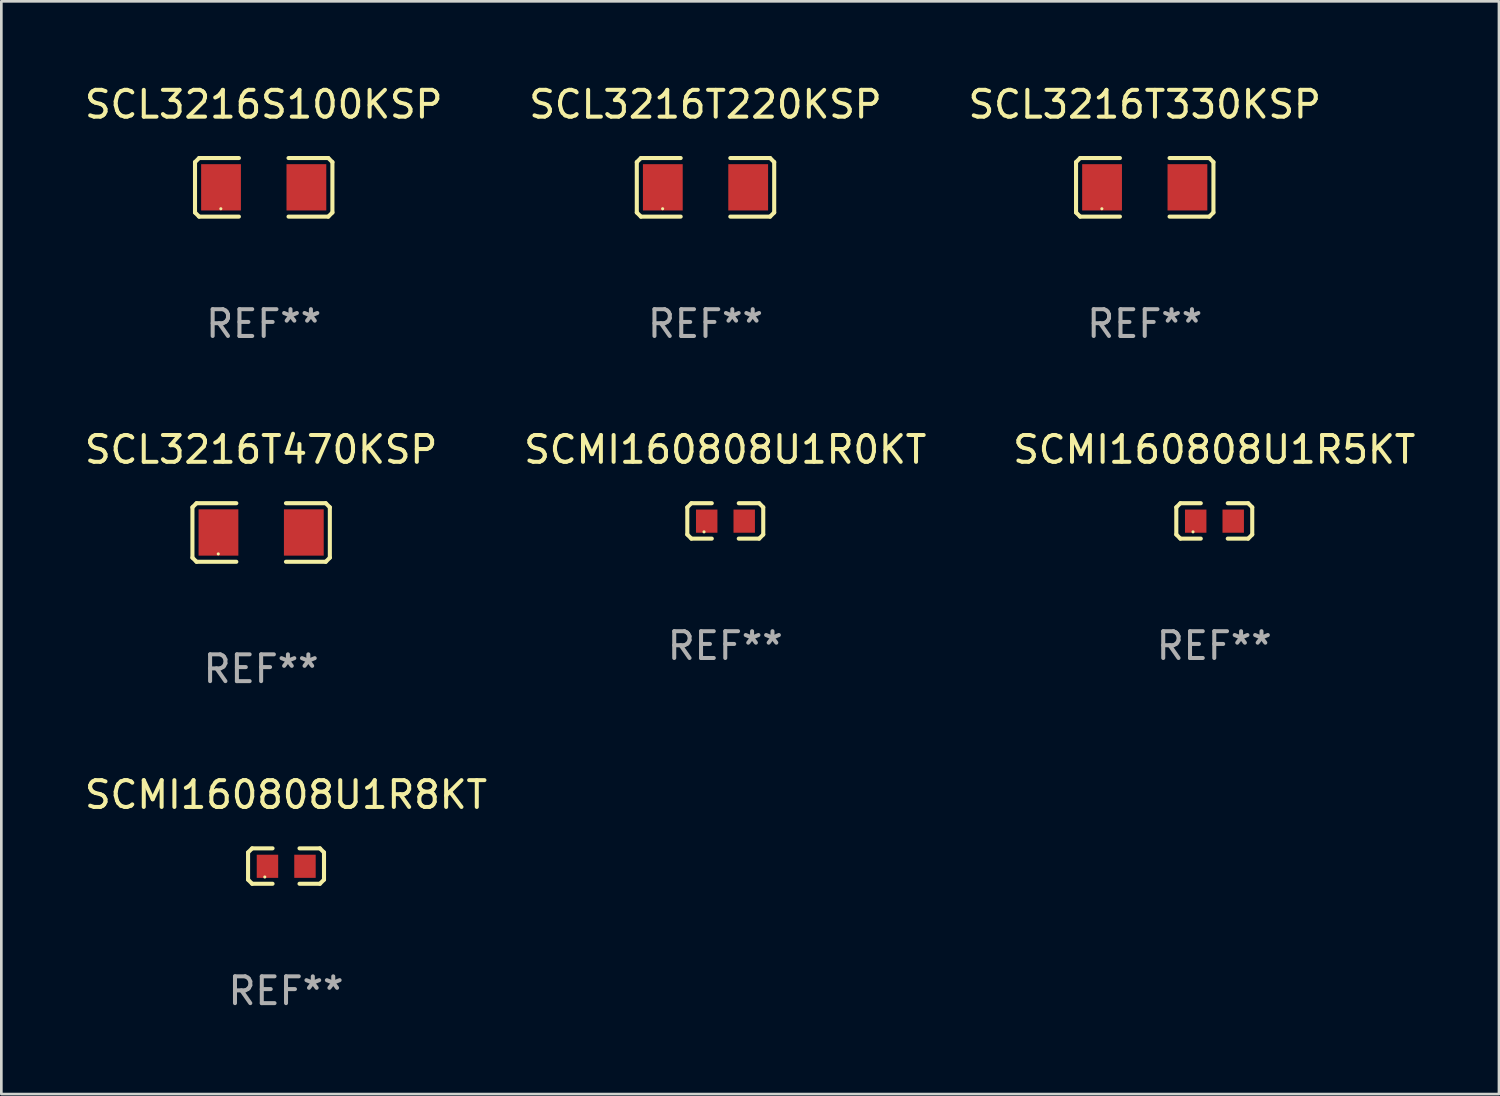
<source format=kicad_pcb>
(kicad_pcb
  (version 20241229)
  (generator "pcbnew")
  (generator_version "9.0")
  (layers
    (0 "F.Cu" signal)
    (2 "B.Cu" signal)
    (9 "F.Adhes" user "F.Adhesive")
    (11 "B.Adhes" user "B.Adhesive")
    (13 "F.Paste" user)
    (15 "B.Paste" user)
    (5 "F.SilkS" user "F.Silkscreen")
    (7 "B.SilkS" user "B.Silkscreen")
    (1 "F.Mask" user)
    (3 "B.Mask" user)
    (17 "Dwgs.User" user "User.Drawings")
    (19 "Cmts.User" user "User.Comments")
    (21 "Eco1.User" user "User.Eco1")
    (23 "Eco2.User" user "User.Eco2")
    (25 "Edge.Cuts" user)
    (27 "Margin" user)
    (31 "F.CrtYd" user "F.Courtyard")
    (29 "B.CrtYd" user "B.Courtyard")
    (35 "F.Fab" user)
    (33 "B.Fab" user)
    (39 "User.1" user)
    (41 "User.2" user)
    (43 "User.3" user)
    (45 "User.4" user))
  (footprint "SCL3216T470KSP"
    (layer "F.Cu")
    (at 6.696 16.823)
    (property "Reference" "SCL3216T470KSP" (at 0 -3.093 0) (layer "F.SilkS") (effects (font (size 1 1) (thickness 0.15))))
    (attr through_hole)
    (fp_line (start -2.564 -0.94) (end -2.411 -1.093) (stroke (width 0.152) (type solid)) (layer "F.SilkS"))
    (fp_line (start -2.564 0.94) (end -2.564 -0.94) (stroke (width 0.152) (type solid)) (layer "F.SilkS"))
    (fp_line (start -2.411 -1.093) (end -0.926 -1.093) (stroke (width 0.152) (type solid)) (layer "F.SilkS"))
    (fp_line (start -2.411 1.093) (end -2.564 0.94) (stroke (width 0.152) (type solid)) (layer "F.SilkS"))
    (fp_line (start -0.926 1.093) (end -2.411 1.093) (stroke (width 0.152) (type solid)) (layer "F.SilkS"))
    (fp_line (start 0.926 1.093) (end 2.411 1.093) (stroke (width 0.152) (type solid)) (layer "F.SilkS"))
    (fp_line (start 2.411 -1.093) (end 0.926 -1.093) (stroke (width 0.152) (type solid)) (layer "F.SilkS"))
    (fp_line (start 2.411 1.093) (end 2.564 0.94) (stroke (width 0.152) (type solid)) (layer "F.SilkS"))
    (fp_line (start 2.564 -0.94) (end 2.411 -1.093) (stroke (width 0.152) (type solid)) (layer "F.SilkS"))
    (fp_line (start 2.564 0.94) (end 2.564 -0.94) (stroke (width 0.152) (type solid)) (layer "F.SilkS"))
    (fp_circle (center -1.6 0.8) (end -1.57 0.8) (stroke (width 0.06) (type solid)) (fill no) (layer "F.SilkS"))
    (fp_text user "REF**" (at 0 5.093 0) (layer "F.Fab") (effects (font (size 1 1) (thickness 0.15))))
    (pad "1" smd rect (at -1.593 0) (size 1.485 1.728) (layers "F.Cu" "F.Mask" "F.Paste"))
    (pad "2" smd rect (at 1.593 0) (size 1.485 1.728) (layers "F.Cu" "F.Mask" "F.Paste")))
  (footprint "SCL3216T330KSP"
    (layer "F.Cu")
    (at 39.673 3.941)
    (property "Reference" "SCL3216T330KSP" (at 0 -3.093 0) (layer "F.SilkS") (effects (font (size 1 1) (thickness 0.15))))
    (attr through_hole)
    (fp_line (start -2.564 -0.94) (end -2.411 -1.093) (stroke (width 0.152) (type solid)) (layer "F.SilkS"))
    (fp_line (start -2.564 0.94) (end -2.564 -0.94) (stroke (width 0.152) (type solid)) (layer "F.SilkS"))
    (fp_line (start -2.411 -1.093) (end -0.926 -1.093) (stroke (width 0.152) (type solid)) (layer "F.SilkS"))
    (fp_line (start -2.411 1.093) (end -2.564 0.94) (stroke (width 0.152) (type solid)) (layer "F.SilkS"))
    (fp_line (start -0.926 1.093) (end -2.411 1.093) (stroke (width 0.152) (type solid)) (layer "F.SilkS"))
    (fp_line (start 0.926 1.093) (end 2.411 1.093) (stroke (width 0.152) (type solid)) (layer "F.SilkS"))
    (fp_line (start 2.411 -1.093) (end 0.926 -1.093) (stroke (width 0.152) (type solid)) (layer "F.SilkS"))
    (fp_line (start 2.411 1.093) (end 2.564 0.94) (stroke (width 0.152) (type solid)) (layer "F.SilkS"))
    (fp_line (start 2.564 -0.94) (end 2.411 -1.093) (stroke (width 0.152) (type solid)) (layer "F.SilkS"))
    (fp_line (start 2.564 0.94) (end 2.564 -0.94) (stroke (width 0.152) (type solid)) (layer "F.SilkS"))
    (fp_circle (center -1.6 0.8) (end -1.57 0.8) (stroke (width 0.06) (type solid)) (fill no) (layer "F.SilkS"))
    (fp_text user "REF**" (at 0 5.093 0) (layer "F.Fab") (effects (font (size 1 1) (thickness 0.15))))
    (pad "1" smd rect (at -1.593 0) (size 1.485 1.728) (layers "F.Cu" "F.Mask" "F.Paste"))
    (pad "2" smd rect (at 1.593 0) (size 1.485 1.728) (layers "F.Cu" "F.Mask" "F.Paste")))
  (footprint "SCMI160808U1R0KT"
    (layer "F.Cu")
    (at 24.018 16.391)
    (property "Reference" "SCMI160808U1R0KT" (at 0 -2.661 0) (layer "F.SilkS") (effects (font (size 1 1) (thickness 0.15))))
    (attr through_hole)
    (fp_line (start -1.417 -0.508) (end -1.265 -0.661) (stroke (width 0.152) (type solid)) (layer "F.SilkS"))
    (fp_line (start -1.417 0.508) (end -1.417 -0.508) (stroke (width 0.152) (type solid)) (layer "F.SilkS"))
    (fp_line (start -1.265 -0.661) (end -0.503 -0.661) (stroke (width 0.152) (type solid)) (layer "F.SilkS"))
    (fp_line (start -1.265 0.661) (end -1.417 0.508) (stroke (width 0.152) (type solid)) (layer "F.SilkS"))
    (fp_line (start -1.265 0.661) (end -0.503 0.661) (stroke (width 0.152) (type solid)) (layer "F.SilkS"))
    (fp_line (start 1.265 -0.661) (end 0.503 -0.661) (stroke (width 0.152) (type solid)) (layer "F.SilkS"))
    (fp_line (start 1.265 -0.661) (end 1.417 -0.508) (stroke (width 0.152) (type solid)) (layer "F.SilkS"))
    (fp_line (start 1.265 0.661) (end 0.503 0.661) (stroke (width 0.152) (type solid)) (layer "F.SilkS"))
    (fp_line (start 1.417 -0.508) (end 1.417 0.508) (stroke (width 0.152) (type solid)) (layer "F.SilkS"))
    (fp_line (start 1.417 0.508) (end 1.265 0.661) (stroke (width 0.152) (type solid)) (layer "F.SilkS"))
    (fp_circle (center -0.793 0.409) (end -0.763 0.409) (stroke (width 0.06) (type solid)) (fill no) (layer "F.SilkS"))
    (fp_text user "REF**" (at 0 4.661 0) (layer "F.Fab") (effects (font (size 1 1) (thickness 0.15))))
    (pad "1" smd rect (at -0.693 0.009 180) (size 0.8 0.864) (layers "F.Cu" "F.Mask" "F.Paste"))
    (pad "2" smd rect (at 0.707 0.009 180) (size 0.8 0.864) (layers "F.Cu" "F.Mask" "F.Paste")))
  (footprint "SCL3216S100KSP"
    (layer "F.Cu")
    (at 6.792 3.941)
    (property "Reference" "SCL3216S100KSP" (at 0 -3.093 0) (layer "F.SilkS") (effects (font (size 1 1) (thickness 0.15))))
    (attr through_hole)
    (fp_line (start -2.564 -0.94) (end -2.411 -1.093) (stroke (width 0.152) (type solid)) (layer "F.SilkS"))
    (fp_line (start -2.564 0.94) (end -2.564 -0.94) (stroke (width 0.152) (type solid)) (layer "F.SilkS"))
    (fp_line (start -2.411 -1.093) (end -0.926 -1.093) (stroke (width 0.152) (type solid)) (layer "F.SilkS"))
    (fp_line (start -2.411 1.093) (end -2.564 0.94) (stroke (width 0.152) (type solid)) (layer "F.SilkS"))
    (fp_line (start -0.926 1.093) (end -2.411 1.093) (stroke (width 0.152) (type solid)) (layer "F.SilkS"))
    (fp_line (start 0.926 1.093) (end 2.411 1.093) (stroke (width 0.152) (type solid)) (layer "F.SilkS"))
    (fp_line (start 2.411 -1.093) (end 0.926 -1.093) (stroke (width 0.152) (type solid)) (layer "F.SilkS"))
    (fp_line (start 2.411 1.093) (end 2.564 0.94) (stroke (width 0.152) (type solid)) (layer "F.SilkS"))
    (fp_line (start 2.564 -0.94) (end 2.411 -1.093) (stroke (width 0.152) (type solid)) (layer "F.SilkS"))
    (fp_line (start 2.564 0.94) (end 2.564 -0.94) (stroke (width 0.152) (type solid)) (layer "F.SilkS"))
    (fp_circle (center -1.6 0.8) (end -1.57 0.8) (stroke (width 0.06) (type solid)) (fill no) (layer "F.SilkS"))
    (fp_text user "REF**" (at 0 5.093 0) (layer "F.Fab") (effects (font (size 1 1) (thickness 0.15))))
    (pad "1" smd rect (at -1.593 0) (size 1.485 1.728) (layers "F.Cu" "F.Mask" "F.Paste"))
    (pad "2" smd rect (at 1.593 0) (size 1.485 1.728) (layers "F.Cu" "F.Mask" "F.Paste")))
  (footprint "SCMI160808U1R8KT"
    (layer "F.Cu")
    (at 7.625 29.272)
    (property "Reference" "SCMI160808U1R8KT" (at 0 -2.661 0) (layer "F.SilkS") (effects (font (size 1 1) (thickness 0.15))))
    (attr through_hole)
    (fp_line (start -1.417 -0.508) (end -1.265 -0.661) (stroke (width 0.152) (type solid)) (layer "F.SilkS"))
    (fp_line (start -1.417 0.508) (end -1.417 -0.508) (stroke (width 0.152) (type solid)) (layer "F.SilkS"))
    (fp_line (start -1.265 -0.661) (end -0.503 -0.661) (stroke (width 0.152) (type solid)) (layer "F.SilkS"))
    (fp_line (start -1.265 0.661) (end -1.417 0.508) (stroke (width 0.152) (type solid)) (layer "F.SilkS"))
    (fp_line (start -1.265 0.661) (end -0.503 0.661) (stroke (width 0.152) (type solid)) (layer "F.SilkS"))
    (fp_line (start 1.265 -0.661) (end 0.503 -0.661) (stroke (width 0.152) (type solid)) (layer "F.SilkS"))
    (fp_line (start 1.265 -0.661) (end 1.417 -0.508) (stroke (width 0.152) (type solid)) (layer "F.SilkS"))
    (fp_line (start 1.265 0.661) (end 0.503 0.661) (stroke (width 0.152) (type solid)) (layer "F.SilkS"))
    (fp_line (start 1.417 -0.508) (end 1.417 0.508) (stroke (width 0.152) (type solid)) (layer "F.SilkS"))
    (fp_line (start 1.417 0.508) (end 1.265 0.661) (stroke (width 0.152) (type solid)) (layer "F.SilkS"))
    (fp_circle (center -0.793 0.409) (end -0.763 0.409) (stroke (width 0.06) (type solid)) (fill no) (layer "F.SilkS"))
    (fp_text user "REF**" (at 0 4.661 0) (layer "F.Fab") (effects (font (size 1 1) (thickness 0.15))))
    (pad "1" smd rect (at -0.693 0.009 180) (size 0.8 0.864) (layers "F.Cu" "F.Mask" "F.Paste"))
    (pad "2" smd rect (at 0.707 0.009 180) (size 0.8 0.864) (layers "F.Cu" "F.Mask" "F.Paste")))
  (footprint "SCMI160808U1R5KT"
    (layer "F.Cu")
    (at 42.268 16.391)
    (property "Reference" "SCMI160808U1R5KT" (at 0 -2.661 0) (layer "F.SilkS") (effects (font (size 1 1) (thickness 0.15))))
    (attr through_hole)
    (fp_line (start -1.417 -0.508) (end -1.265 -0.661) (stroke (width 0.152) (type solid)) (layer "F.SilkS"))
    (fp_line (start -1.417 0.508) (end -1.417 -0.508) (stroke (width 0.152) (type solid)) (layer "F.SilkS"))
    (fp_line (start -1.265 -0.661) (end -0.503 -0.661) (stroke (width 0.152) (type solid)) (layer "F.SilkS"))
    (fp_line (start -1.265 0.661) (end -1.417 0.508) (stroke (width 0.152) (type solid)) (layer "F.SilkS"))
    (fp_line (start -1.265 0.661) (end -0.503 0.661) (stroke (width 0.152) (type solid)) (layer "F.SilkS"))
    (fp_line (start 1.265 -0.661) (end 0.503 -0.661) (stroke (width 0.152) (type solid)) (layer "F.SilkS"))
    (fp_line (start 1.265 -0.661) (end 1.417 -0.508) (stroke (width 0.152) (type solid)) (layer "F.SilkS"))
    (fp_line (start 1.265 0.661) (end 0.503 0.661) (stroke (width 0.152) (type solid)) (layer "F.SilkS"))
    (fp_line (start 1.417 -0.508) (end 1.417 0.508) (stroke (width 0.152) (type solid)) (layer "F.SilkS"))
    (fp_line (start 1.417 0.508) (end 1.265 0.661) (stroke (width 0.152) (type solid)) (layer "F.SilkS"))
    (fp_circle (center -0.793 0.409) (end -0.763 0.409) (stroke (width 0.06) (type solid)) (fill no) (layer "F.SilkS"))
    (fp_text user "REF**" (at 0 4.661 0) (layer "F.Fab") (effects (font (size 1 1) (thickness 0.15))))
    (pad "1" smd rect (at -0.693 0.009 180) (size 0.8 0.864) (layers "F.Cu" "F.Mask" "F.Paste"))
    (pad "2" smd rect (at 0.707 0.009 180) (size 0.8 0.864) (layers "F.Cu" "F.Mask" "F.Paste")))
  (footprint "SCL3216T220KSP"
    (layer "F.Cu")
    (at 23.28 3.941)
    (property "Reference" "SCL3216T220KSP" (at 0 -3.093 0) (layer "F.SilkS") (effects (font (size 1 1) (thickness 0.15))))
    (attr through_hole)
    (fp_line (start -2.564 -0.94) (end -2.411 -1.093) (stroke (width 0.152) (type solid)) (layer "F.SilkS"))
    (fp_line (start -2.564 0.94) (end -2.564 -0.94) (stroke (width 0.152) (type solid)) (layer "F.SilkS"))
    (fp_line (start -2.411 -1.093) (end -0.926 -1.093) (stroke (width 0.152) (type solid)) (layer "F.SilkS"))
    (fp_line (start -2.411 1.093) (end -2.564 0.94) (stroke (width 0.152) (type solid)) (layer "F.SilkS"))
    (fp_line (start -0.926 1.093) (end -2.411 1.093) (stroke (width 0.152) (type solid)) (layer "F.SilkS"))
    (fp_line (start 0.926 1.093) (end 2.411 1.093) (stroke (width 0.152) (type solid)) (layer "F.SilkS"))
    (fp_line (start 2.411 -1.093) (end 0.926 -1.093) (stroke (width 0.152) (type solid)) (layer "F.SilkS"))
    (fp_line (start 2.411 1.093) (end 2.564 0.94) (stroke (width 0.152) (type solid)) (layer "F.SilkS"))
    (fp_line (start 2.564 -0.94) (end 2.411 -1.093) (stroke (width 0.152) (type solid)) (layer "F.SilkS"))
    (fp_line (start 2.564 0.94) (end 2.564 -0.94) (stroke (width 0.152) (type solid)) (layer "F.SilkS"))
    (fp_circle (center -1.6 0.8) (end -1.57 0.8) (stroke (width 0.06) (type solid)) (fill no) (layer "F.SilkS"))
    (fp_text user "REF**" (at 0 5.093 0) (layer "F.Fab") (effects (font (size 1 1) (thickness 0.15))))
    (pad "1" smd rect (at -1.593 0) (size 1.485 1.728) (layers "F.Cu" "F.Mask" "F.Paste"))
    (pad "2" smd rect (at 1.593 0) (size 1.485 1.728) (layers "F.Cu" "F.Mask" "F.Paste")))
  (gr_rect
    (start -3 -3)
    (end 52.893 37.781)
    (stroke (width 0.1) (type default))
    (fill no)
    (layer "Edge.Cuts")))
</source>
